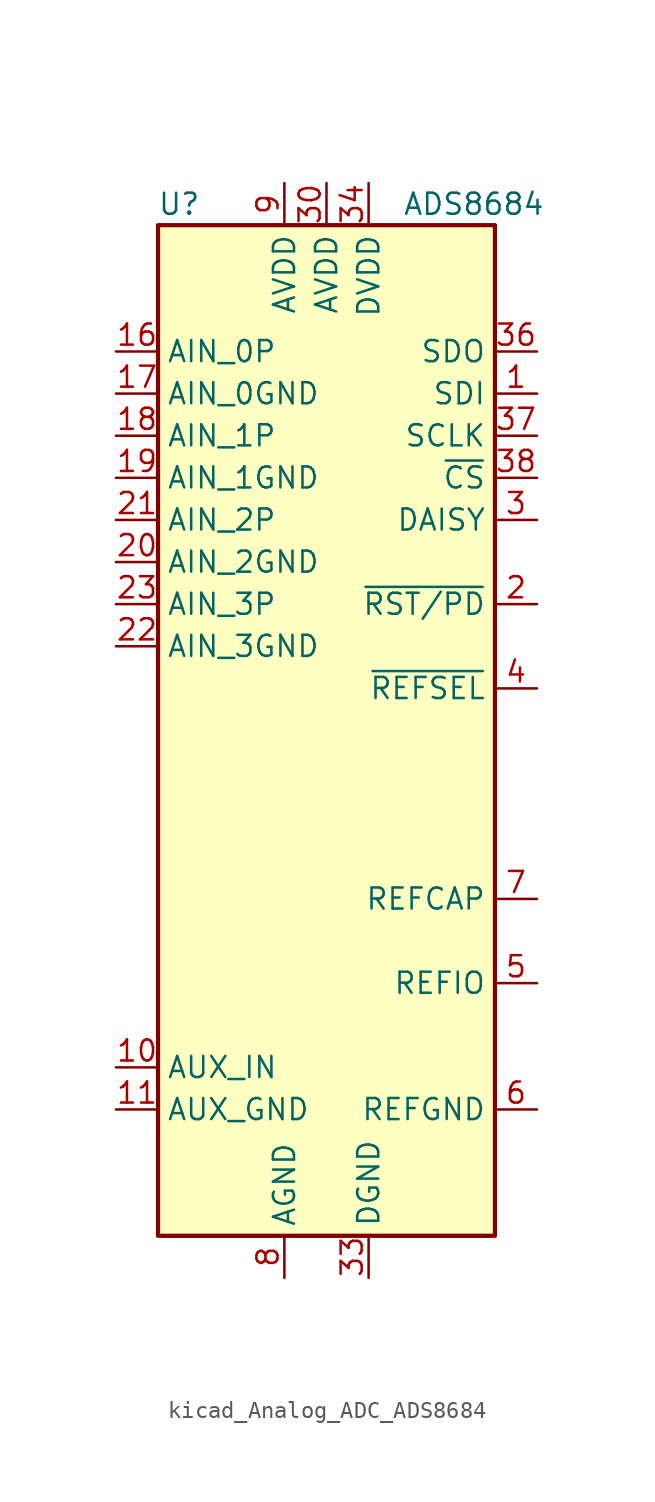
<source format=kicad_sym>
(kicad_symbol_lib
  (version 20220914)
  (generator kicad_symbol_editor)
  (symbol "kicad_Analog_ADC_ADS8684"
    (property "Reference" "U"
      (at -8.89 31.75 0)
      (effects (font (size 1.27 1.27))))
    (property "Value" "ADS8684"
      (at 8.89 31.75 0)
      (effects (font (size 1.27 1.27))))
    (symbol "kicad_Analog_ADC_ADS8684_0_1"
      (rectangle (start -10.16 30.48) (end 10.16 -30.48) (stroke (width 0.254) (type default)) (fill (type background))))
    (symbol "kicad_Analog_ADC_ADS8684_1_1"
      (pin input line (at 12.7 20.32 180) (length 2.54) (name "SDI" (effects (font (size 1.27 1.27)))) (number "1" (effects (font (size 1.27 1.27)))))
      (pin input line (at -12.7 -20.32 0) (length 2.54) (name "AUX_IN" (effects (font (size 1.27 1.27)))) (number "10" (effects (font (size 1.27 1.27)))))
      (pin input line (at -12.7 -22.86 0) (length 2.54) (name "AUX_GND" (effects (font (size 1.27 1.27)))) (number "11" (effects (font (size 1.27 1.27)))))
      (pin no_connect line (at -10.16 -7.62 0) (length 2.54) hide (name "NC" (effects (font (size 1.27 1.27)))) (number "12" (effects (font (size 1.27 1.27)))))
      (pin no_connect line (at -10.16 -10.16 0) (length 2.54) hide (name "NC" (effects (font (size 1.27 1.27)))) (number "13" (effects (font (size 1.27 1.27)))))
      (pin no_connect line (at -10.16 -12.7 0) (length 2.54) hide (name "NC" (effects (font (size 1.27 1.27)))) (number "14" (effects (font (size 1.27 1.27)))))
      (pin no_connect line (at -10.16 -15.24 0) (length 2.54) hide (name "NC" (effects (font (size 1.27 1.27)))) (number "15" (effects (font (size 1.27 1.27)))))
      (pin input line (at -12.7 22.86 0) (length 2.54) (name "AIN_0P" (effects (font (size 1.27 1.27)))) (number "16" (effects (font (size 1.27 1.27)))))
      (pin input line (at -12.7 20.32 0) (length 2.54) (name "AIN_0GND" (effects (font (size 1.27 1.27)))) (number "17" (effects (font (size 1.27 1.27)))))
      (pin input line (at -12.7 17.78 0) (length 2.54) (name "AIN_1P" (effects (font (size 1.27 1.27)))) (number "18" (effects (font (size 1.27 1.27)))))
      (pin input line (at -12.7 15.24 0) (length 2.54) (name "AIN_1GND" (effects (font (size 1.27 1.27)))) (number "19" (effects (font (size 1.27 1.27)))))
      (pin input line (at 12.7 7.62 180) (length 2.54) (name "~{RST/PD}" (effects (font (size 1.27 1.27)))) (number "2" (effects (font (size 1.27 1.27)))))
      (pin input line (at -12.7 10.16 0) (length 2.54) (name "AIN_2GND" (effects (font (size 1.27 1.27)))) (number "20" (effects (font (size 1.27 1.27)))))
      (pin input line (at -12.7 12.7 0) (length 2.54) (name "AIN_2P" (effects (font (size 1.27 1.27)))) (number "21" (effects (font (size 1.27 1.27)))))
      (pin input line (at -12.7 5.08 0) (length 2.54) (name "AIN_3GND" (effects (font (size 1.27 1.27)))) (number "22" (effects (font (size 1.27 1.27)))))
      (pin input line (at -12.7 7.62 0) (length 2.54) (name "AIN_3P" (effects (font (size 1.27 1.27)))) (number "23" (effects (font (size 1.27 1.27)))))
      (pin no_connect line (at -10.16 0 0) (length 2.54) hide (name "NC" (effects (font (size 1.27 1.27)))) (number "24" (effects (font (size 1.27 1.27)))))
      (pin no_connect line (at -10.16 2.54 0) (length 2.54) hide (name "NC" (effects (font (size 1.27 1.27)))) (number "25" (effects (font (size 1.27 1.27)))))
      (pin no_connect line (at -10.16 -5.08 0) (length 2.54) hide (name "NC" (effects (font (size 1.27 1.27)))) (number "26" (effects (font (size 1.27 1.27)))))
      (pin no_connect line (at -10.16 -2.54 0) (length 2.54) hide (name "NC" (effects (font (size 1.27 1.27)))) (number "27" (effects (font (size 1.27 1.27)))))
      (pin passive line (at -2.54 -33.02 90) (length 2.54) hide (name "AGND" (effects (font (size 1.27 1.27)))) (number "28" (effects (font (size 1.27 1.27)))))
      (pin passive line (at -2.54 -33.02 90) (length 2.54) hide (name "AGND" (effects (font (size 1.27 1.27)))) (number "29" (effects (font (size 1.27 1.27)))))
      (pin input line (at 12.7 12.7 180) (length 2.54) (name "DAISY" (effects (font (size 1.27 1.27)))) (number "3" (effects (font (size 1.27 1.27)))))
      (pin power_in line (at 0 33.02 270) (length 2.54) (name "AVDD" (effects (font (size 1.27 1.27)))) (number "30" (effects (font (size 1.27 1.27)))))
      (pin passive line (at -2.54 -33.02 90) (length 2.54) hide (name "AGND" (effects (font (size 1.27 1.27)))) (number "31" (effects (font (size 1.27 1.27)))))
      (pin passive line (at -2.54 -33.02 90) (length 2.54) hide (name "AGND" (effects (font (size 1.27 1.27)))) (number "32" (effects (font (size 1.27 1.27)))))
      (pin power_in line (at 2.54 -33.02 90) (length 2.54) (name "DGND" (effects (font (size 1.27 1.27)))) (number "33" (effects (font (size 1.27 1.27)))))
      (pin power_in line (at 2.54 33.02 270) (length 2.54) (name "DVDD" (effects (font (size 1.27 1.27)))) (number "34" (effects (font (size 1.27 1.27)))))
      (pin no_connect line (at 10.16 -5.08 180) (length 2.54) hide (name "DNC" (effects (font (size 1.27 1.27)))) (number "35" (effects (font (size 1.27 1.27)))))
      (pin output line (at 12.7 22.86 180) (length 2.54) (name "SDO" (effects (font (size 1.27 1.27)))) (number "36" (effects (font (size 1.27 1.27)))))
      (pin input line (at 12.7 17.78 180) (length 2.54) (name "SCLK" (effects (font (size 1.27 1.27)))) (number "37" (effects (font (size 1.27 1.27)))))
      (pin input line (at 12.7 15.24 180) (length 2.54) (name "~{CS}" (effects (font (size 1.27 1.27)))) (number "38" (effects (font (size 1.27 1.27)))))
      (pin input line (at 12.7 2.54 180) (length 2.54) (name "~{REFSEL}" (effects (font (size 1.27 1.27)))) (number "4" (effects (font (size 1.27 1.27)))))
      (pin passive line (at 12.7 -15.24 180) (length 2.54) (name "REFIO" (effects (font (size 1.27 1.27)))) (number "5" (effects (font (size 1.27 1.27)))))
      (pin power_in line (at 12.7 -22.86 180) (length 2.54) (name "REFGND" (effects (font (size 1.27 1.27)))) (number "6" (effects (font (size 1.27 1.27)))))
      (pin passive line (at 12.7 -10.16 180) (length 2.54) (name "REFCAP" (effects (font (size 1.27 1.27)))) (number "7" (effects (font (size 1.27 1.27)))))
      (pin power_in line (at -2.54 -33.02 90) (length 2.54) (name "AGND" (effects (font (size 1.27 1.27)))) (number "8" (effects (font (size 1.27 1.27)))))
      (pin power_in line (at -2.54 33.02 270) (length 2.54) (name "AVDD" (effects (font (size 1.27 1.27)))) (number "9" (effects (font (size 1.27 1.27))))))))
</source>
